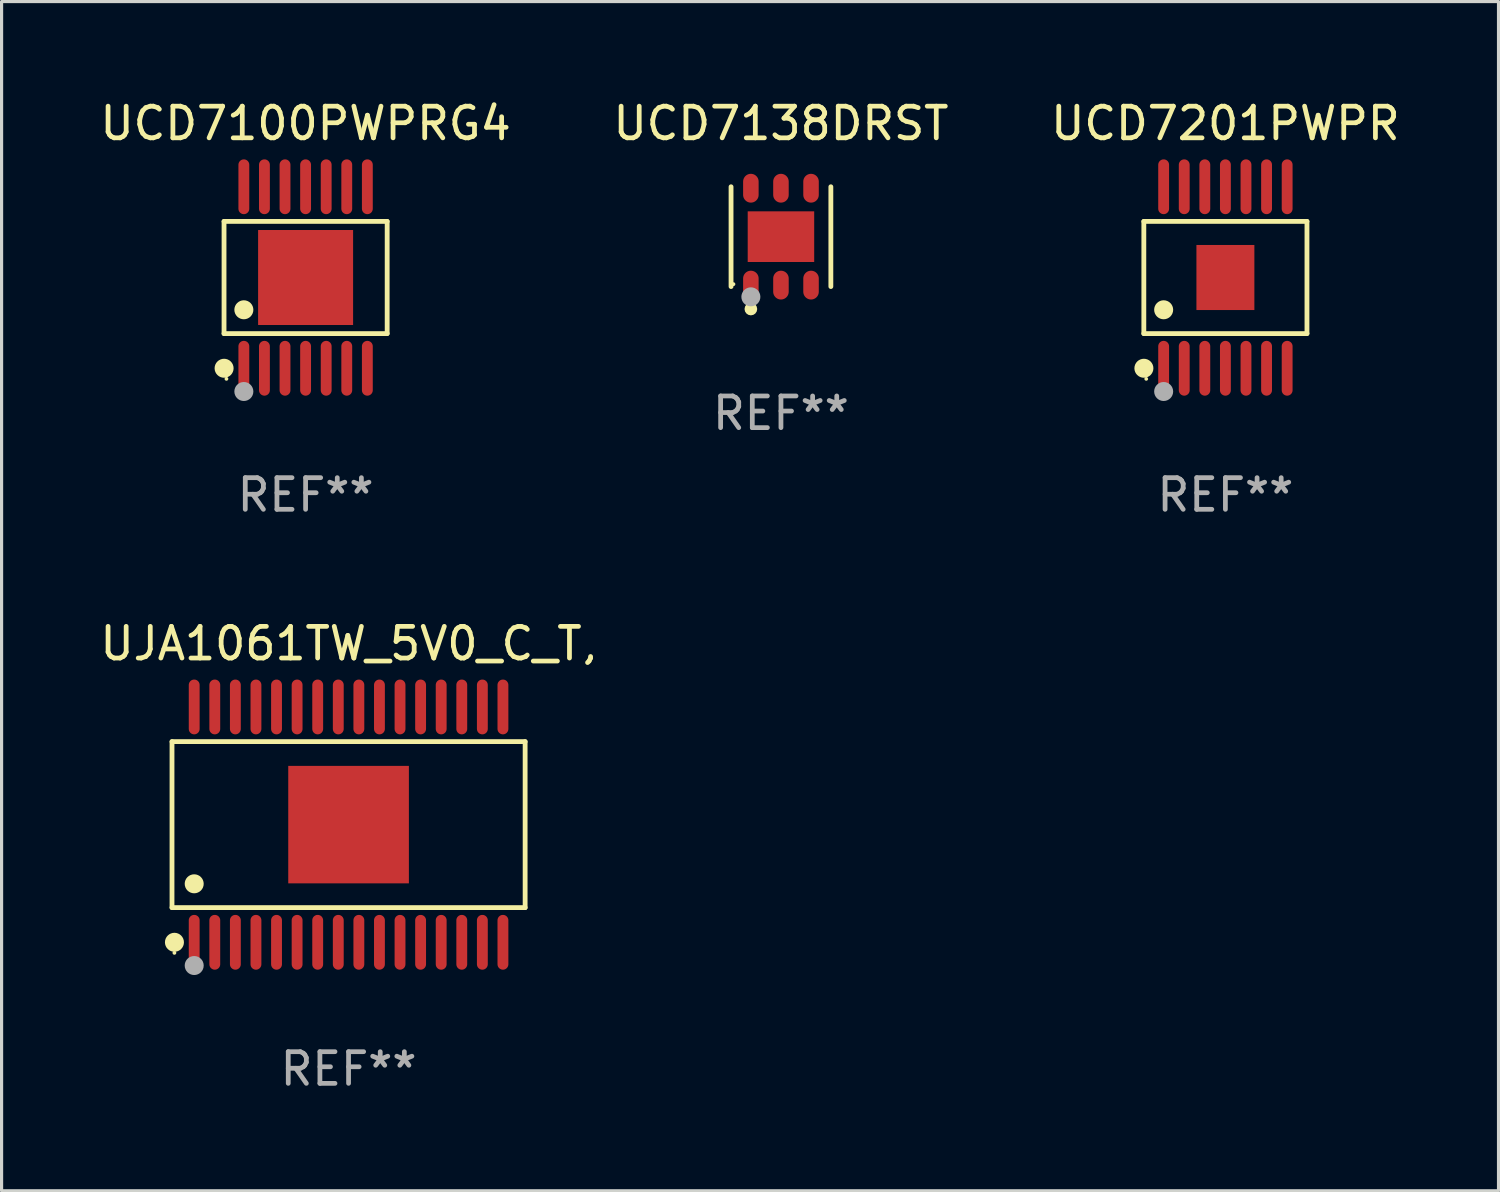
<source format=kicad_pcb>
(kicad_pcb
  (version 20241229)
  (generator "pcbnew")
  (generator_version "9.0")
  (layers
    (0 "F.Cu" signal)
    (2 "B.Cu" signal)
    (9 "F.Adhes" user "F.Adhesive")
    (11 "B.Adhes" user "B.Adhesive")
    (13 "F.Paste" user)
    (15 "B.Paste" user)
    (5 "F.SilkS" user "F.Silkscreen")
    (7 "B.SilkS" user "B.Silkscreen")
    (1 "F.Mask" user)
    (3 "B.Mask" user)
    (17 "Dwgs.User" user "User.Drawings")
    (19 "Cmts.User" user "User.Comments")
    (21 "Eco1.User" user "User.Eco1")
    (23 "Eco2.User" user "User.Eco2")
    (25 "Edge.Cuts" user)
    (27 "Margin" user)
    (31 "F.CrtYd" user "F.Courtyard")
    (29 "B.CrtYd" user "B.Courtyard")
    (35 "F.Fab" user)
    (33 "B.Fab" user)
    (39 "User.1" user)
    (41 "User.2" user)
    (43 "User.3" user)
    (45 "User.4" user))
  (footprint "UCD7100PWPRG4"
    (layer "F.Cu")
    (at 6.601 5.714)
    (property "Reference" "UCD7100PWPRG4" (at 0 -4.866 0) (layer "F.SilkS") (effects (font (size 1 1) (thickness 0.15))))
    (attr through_hole)
    (fp_line (start -2.576 -1.772) (end 2.576 -1.772) (stroke (width 0.152) (type solid)) (layer "F.SilkS"))
    (fp_line (start -2.576 1.771) (end -2.576 -1.772) (stroke (width 0.152) (type solid)) (layer "F.SilkS"))
    (fp_line (start 2.576 -1.772) (end 2.576 1.771) (stroke (width 0.152) (type solid)) (layer "F.SilkS"))
    (fp_line (start 2.576 1.771) (end -2.576 1.771) (stroke (width 0.152) (type solid)) (layer "F.SilkS"))
    (fp_circle (center -2.574 2.866) (end -2.424 2.866) (stroke (width 0.3) (type solid)) (fill no) (layer "F.SilkS"))
    (fp_circle (center -2.5 3.2) (end -2.47 3.2) (stroke (width 0.06) (type solid)) (fill no) (layer "F.SilkS"))
    (fp_circle (center -1.95 1.019) (end -1.8 1.019) (stroke (width 0.3) (type solid)) (fill no) (layer "F.SilkS"))
    (fp_circle (center -1.95 3.6) (end -1.8 3.6) (stroke (width 0.3) (type solid)) (fill no) (layer "F.Fab"))
    (fp_text user "REF**" (at 0 6.866 0) (layer "F.Fab") (effects (font (size 1 1) (thickness 0.15))))
    (pad "1" smd oval (at -1.95 2.866) (size 0.343 1.731) (layers "F.Cu" "F.Mask" "F.Paste"))
    (pad "2" smd oval (at -1.3 2.866) (size 0.343 1.731) (layers "F.Cu" "F.Mask" "F.Paste"))
    (pad "3" smd oval (at -0.65 2.866) (size 0.343 1.731) (layers "F.Cu" "F.Mask" "F.Paste"))
    (pad "4" smd oval (at 0 2.866) (size 0.343 1.731) (layers "F.Cu" "F.Mask" "F.Paste"))
    (pad "5" smd oval (at 0.65 2.866) (size 0.343 1.731) (layers "F.Cu" "F.Mask" "F.Paste"))
    (pad "6" smd oval (at 1.3 2.866) (size 0.343 1.731) (layers "F.Cu" "F.Mask" "F.Paste"))
    (pad "7" smd oval (at 1.95 2.866) (size 0.343 1.731) (layers "F.Cu" "F.Mask" "F.Paste"))
    (pad "8" smd oval (at 1.95 -2.866) (size 0.343 1.731) (layers "F.Cu" "F.Mask" "F.Paste"))
    (pad "9" smd oval (at 1.3 -2.866) (size 0.343 1.731) (layers "F.Cu" "F.Mask" "F.Paste"))
    (pad "10" smd oval (at 0.65 -2.866) (size 0.343 1.731) (layers "F.Cu" "F.Mask" "F.Paste"))
    (pad "11" smd oval (at 0 -2.866) (size 0.343 1.731) (layers "F.Cu" "F.Mask" "F.Paste"))
    (pad "12" smd oval (at -0.65 -2.866) (size 0.343 1.731) (layers "F.Cu" "F.Mask" "F.Paste"))
    (pad "13" smd oval (at -1.3 -2.866) (size 0.343 1.731) (layers "F.Cu" "F.Mask" "F.Paste"))
    (pad "14" smd oval (at -1.95 -2.866) (size 0.343 1.731) (layers "F.Cu" "F.Mask" "F.Paste"))
    (pad "15" smd rect (at 0 -0.000127) (size 3 3) (layers "F.Cu" "F.Mask" "F.Paste")))
  (footprint "UCD7201PWPR"
    (layer "F.Cu")
    (at 35.649 5.714)
    (property "Reference" "UCD7201PWPR" (at 0 -4.866 0) (layer "F.SilkS") (effects (font (size 1 1) (thickness 0.15))))
    (attr through_hole)
    (fp_line (start -2.576 -1.772) (end 2.576 -1.772) (stroke (width 0.152) (type solid)) (layer "F.SilkS"))
    (fp_line (start -2.576 1.771) (end -2.576 -1.772) (stroke (width 0.152) (type solid)) (layer "F.SilkS"))
    (fp_line (start 2.576 -1.772) (end 2.576 1.771) (stroke (width 0.152) (type solid)) (layer "F.SilkS"))
    (fp_line (start 2.576 1.771) (end -2.576 1.771) (stroke (width 0.152) (type solid)) (layer "F.SilkS"))
    (fp_circle (center -2.574 2.866) (end -2.424 2.866) (stroke (width 0.3) (type solid)) (fill no) (layer "F.SilkS"))
    (fp_circle (center -2.5 3.2) (end -2.47 3.2) (stroke (width 0.06) (type solid)) (fill no) (layer "F.SilkS"))
    (fp_circle (center -1.95 1.019) (end -1.8 1.019) (stroke (width 0.3) (type solid)) (fill no) (layer "F.SilkS"))
    (fp_circle (center -1.95 3.6) (end -1.8 3.6) (stroke (width 0.3) (type solid)) (fill no) (layer "F.Fab"))
    (fp_text user "REF**" (at 0 6.866 0) (layer "F.Fab") (effects (font (size 1 1) (thickness 0.15))))
    (pad "1" smd oval (at -1.95 2.866) (size 0.343 1.731) (layers "F.Cu" "F.Mask" "F.Paste"))
    (pad "2" smd oval (at -1.3 2.866) (size 0.343 1.731) (layers "F.Cu" "F.Mask" "F.Paste"))
    (pad "3" smd oval (at -0.65 2.866) (size 0.343 1.731) (layers "F.Cu" "F.Mask" "F.Paste"))
    (pad "4" smd oval (at 0 2.866) (size 0.343 1.731) (layers "F.Cu" "F.Mask" "F.Paste"))
    (pad "5" smd oval (at 0.65 2.866) (size 0.343 1.731) (layers "F.Cu" "F.Mask" "F.Paste"))
    (pad "6" smd oval (at 1.3 2.866) (size 0.343 1.731) (layers "F.Cu" "F.Mask" "F.Paste"))
    (pad "7" smd oval (at 1.95 2.866) (size 0.343 1.731) (layers "F.Cu" "F.Mask" "F.Paste"))
    (pad "8" smd oval (at 1.95 -2.866) (size 0.343 1.731) (layers "F.Cu" "F.Mask" "F.Paste"))
    (pad "9" smd oval (at 1.3 -2.866) (size 0.343 1.731) (layers "F.Cu" "F.Mask" "F.Paste"))
    (pad "10" smd oval (at 0.65 -2.866) (size 0.343 1.731) (layers "F.Cu" "F.Mask" "F.Paste"))
    (pad "11" smd oval (at 0 -2.866) (size 0.343 1.731) (layers "F.Cu" "F.Mask" "F.Paste"))
    (pad "12" smd oval (at -0.65 -2.866) (size 0.343 1.731) (layers "F.Cu" "F.Mask" "F.Paste"))
    (pad "13" smd oval (at -1.3 -2.866) (size 0.343 1.731) (layers "F.Cu" "F.Mask" "F.Paste"))
    (pad "14" smd oval (at -1.95 -2.866) (size 0.343 1.731) (layers "F.Cu" "F.Mask" "F.Paste"))
    (pad "15" smd rect (at 0 -0.000127) (size 1.83 2.055) (layers "F.Cu" "F.Mask" "F.Paste")))
  (footprint "UJA1061TW_5V0_C_T,"
    (layer "F.Cu")
    (at 7.958 22.992)
    (property "Reference" "UJA1061TW_5V0_C_T," (at 0 -5.716 0) (layer "F.SilkS") (effects (font (size 1 1) (thickness 0.15))))
    (attr through_hole)
    (fp_line (start -5.576 -2.621) (end 5.576 -2.621) (stroke (width 0.152) (type solid)) (layer "F.SilkS"))
    (fp_line (start -5.576 2.621) (end -5.576 -2.621) (stroke (width 0.152) (type solid)) (layer "F.SilkS"))
    (fp_line (start 5.576 -2.621) (end 5.576 2.621) (stroke (width 0.152) (type solid)) (layer "F.SilkS"))
    (fp_line (start 5.576 2.621) (end -5.576 2.621) (stroke (width 0.152) (type solid)) (layer "F.SilkS"))
    (fp_circle (center -5.5 4.05) (end -5.47 4.05) (stroke (width 0.06) (type solid)) (fill no) (layer "F.SilkS"))
    (fp_circle (center -5.499 3.716) (end -5.349 3.716) (stroke (width 0.3) (type solid)) (fill no) (layer "F.SilkS"))
    (fp_circle (center -4.875 1.869) (end -4.725 1.869) (stroke (width 0.3) (type solid)) (fill no) (layer "F.SilkS"))
    (fp_circle (center -4.875 4.45) (end -4.725 4.45) (stroke (width 0.3) (type solid)) (fill no) (layer "F.Fab"))
    (fp_text user "REF**" (at 0 7.716 0) (layer "F.Fab") (effects (font (size 1 1) (thickness 0.15))))
    (pad "1" smd oval (at -4.875 3.716) (size 0.343 1.731) (layers "F.Cu" "F.Mask" "F.Paste"))
    (pad "2" smd oval (at -4.225 3.716) (size 0.343 1.731) (layers "F.Cu" "F.Mask" "F.Paste"))
    (pad "3" smd oval (at -3.575 3.716) (size 0.343 1.731) (layers "F.Cu" "F.Mask" "F.Paste"))
    (pad "4" smd oval (at -2.925 3.716) (size 0.343 1.731) (layers "F.Cu" "F.Mask" "F.Paste"))
    (pad "5" smd oval (at -2.275 3.716) (size 0.343 1.731) (layers "F.Cu" "F.Mask" "F.Paste"))
    (pad "6" smd oval (at -1.625 3.716) (size 0.343 1.731) (layers "F.Cu" "F.Mask" "F.Paste"))
    (pad "7" smd oval (at -0.975 3.716) (size 0.343 1.731) (layers "F.Cu" "F.Mask" "F.Paste"))
    (pad "8" smd oval (at -0.325 3.716) (size 0.343 1.731) (layers "F.Cu" "F.Mask" "F.Paste"))
    (pad "9" smd oval (at 0.325 3.716) (size 0.343 1.731) (layers "F.Cu" "F.Mask" "F.Paste"))
    (pad "10" smd oval (at 0.975 3.716) (size 0.343 1.731) (layers "F.Cu" "F.Mask" "F.Paste"))
    (pad "11" smd oval (at 1.625 3.716) (size 0.343 1.731) (layers "F.Cu" "F.Mask" "F.Paste"))
    (pad "12" smd oval (at 2.275 3.716) (size 0.343 1.731) (layers "F.Cu" "F.Mask" "F.Paste"))
    (pad "13" smd oval (at 2.925 3.716) (size 0.343 1.731) (layers "F.Cu" "F.Mask" "F.Paste"))
    (pad "14" smd oval (at 3.575 3.716) (size 0.343 1.731) (layers "F.Cu" "F.Mask" "F.Paste"))
    (pad "15" smd oval (at 4.225 3.716) (size 0.343 1.731) (layers "F.Cu" "F.Mask" "F.Paste"))
    (pad "16" smd oval (at 4.875 3.716) (size 0.343 1.731) (layers "F.Cu" "F.Mask" "F.Paste"))
    (pad "17" smd oval (at 4.875 -3.716) (size 0.343 1.731) (layers "F.Cu" "F.Mask" "F.Paste"))
    (pad "18" smd oval (at 4.225 -3.716) (size 0.343 1.731) (layers "F.Cu" "F.Mask" "F.Paste"))
    (pad "19" smd oval (at 3.575 -3.716) (size 0.343 1.731) (layers "F.Cu" "F.Mask" "F.Paste"))
    (pad "20" smd oval (at 2.925 -3.716) (size 0.343 1.731) (layers "F.Cu" "F.Mask" "F.Paste"))
    (pad "21" smd oval (at 2.275 -3.716) (size 0.343 1.731) (layers "F.Cu" "F.Mask" "F.Paste"))
    (pad "22" smd oval (at 1.625 -3.716) (size 0.343 1.731) (layers "F.Cu" "F.Mask" "F.Paste"))
    (pad "23" smd oval (at 0.975 -3.716) (size 0.343 1.731) (layers "F.Cu" "F.Mask" "F.Paste"))
    (pad "24" smd oval (at 0.325 -3.716) (size 0.343 1.731) (layers "F.Cu" "F.Mask" "F.Paste"))
    (pad "25" smd oval (at -0.325 -3.716) (size 0.343 1.731) (layers "F.Cu" "F.Mask" "F.Paste"))
    (pad "26" smd oval (at -0.975 -3.716) (size 0.343 1.731) (layers "F.Cu" "F.Mask" "F.Paste"))
    (pad "27" smd oval (at -1.625 -3.716) (size 0.343 1.731) (layers "F.Cu" "F.Mask" "F.Paste"))
    (pad "28" smd oval (at -2.275 -3.716) (size 0.343 1.731) (layers "F.Cu" "F.Mask" "F.Paste"))
    (pad "29" smd oval (at -2.925 -3.716) (size 0.343 1.731) (layers "F.Cu" "F.Mask" "F.Paste"))
    (pad "30" smd oval (at -3.575 -3.716) (size 0.343 1.731) (layers "F.Cu" "F.Mask" "F.Paste"))
    (pad "31" smd oval (at -4.225 -3.716) (size 0.343 1.731) (layers "F.Cu" "F.Mask" "F.Paste"))
    (pad "32" smd oval (at -4.875 -3.716) (size 0.343 1.731) (layers "F.Cu" "F.Mask" "F.Paste"))
    (pad "33" smd rect (at 0 0) (size 3.81 3.71) (layers "F.Cu" "F.Mask" "F.Paste")))
  (footprint "UCD7138DRST"
    (layer "F.Cu")
    (at 21.613 4.424)
    (property "Reference" "UCD7138DRST" (at 0 -3.576 0) (layer "F.SilkS") (effects (font (size 1 1) (thickness 0.15))))
    (attr through_hole)
    (fp_line (start -1.576 1.576) (end -1.576 -1.576) (stroke (width 0.152) (type solid)) (layer "F.SilkS"))
    (fp_line (start 1.576 -1.576) (end 1.576 1.576) (stroke (width 0.152) (type solid)) (layer "F.SilkS"))
    (fp_circle (center -1.5 1.5) (end -1.47 1.5) (stroke (width 0.06) (type solid)) (fill no) (layer "F.SilkS"))
    (fp_circle (center -0.95 2.285) (end -0.85 2.285) (stroke (width 0.2) (type solid)) (fill no) (layer "F.SilkS"))
    (fp_circle (center -0.95 1.9) (end -0.8 1.9) (stroke (width 0.3) (type solid)) (fill no) (layer "F.Fab"))
    (fp_text user "REF**" (at 0 5.576 0) (layer "F.Fab") (effects (font (size 1 1) (thickness 0.15))))
    (pad "1" smd oval (at -0.95 1.53) (size 0.49 0.91) (layers "F.Cu" "F.Mask" "F.Paste"))
    (pad "2" smd oval (at 0 1.53) (size 0.49 0.91) (layers "F.Cu" "F.Mask" "F.Paste"))
    (pad "3" smd oval (at 0.95 1.53) (size 0.49 0.91) (layers "F.Cu" "F.Mask" "F.Paste"))
    (pad "4" smd oval (at 0.95 -1.53) (size 0.49 0.91) (layers "F.Cu" "F.Mask" "F.Paste"))
    (pad "5" smd oval (at 0 -1.53) (size 0.49 0.91) (layers "F.Cu" "F.Mask" "F.Paste"))
    (pad "6" smd oval (at -0.95 -1.53) (size 0.49 0.91) (layers "F.Cu" "F.Mask" "F.Paste"))
    (pad "7" smd rect (at 0 0) (size 2.1 1.6) (layers "F.Cu" "F.Mask" "F.Paste")))
  (gr_rect
    (start -3 -3)
    (end 44.274 34.556)
    (stroke (width 0.1) (type default))
    (fill no)
    (layer "Edge.Cuts")))
</source>
